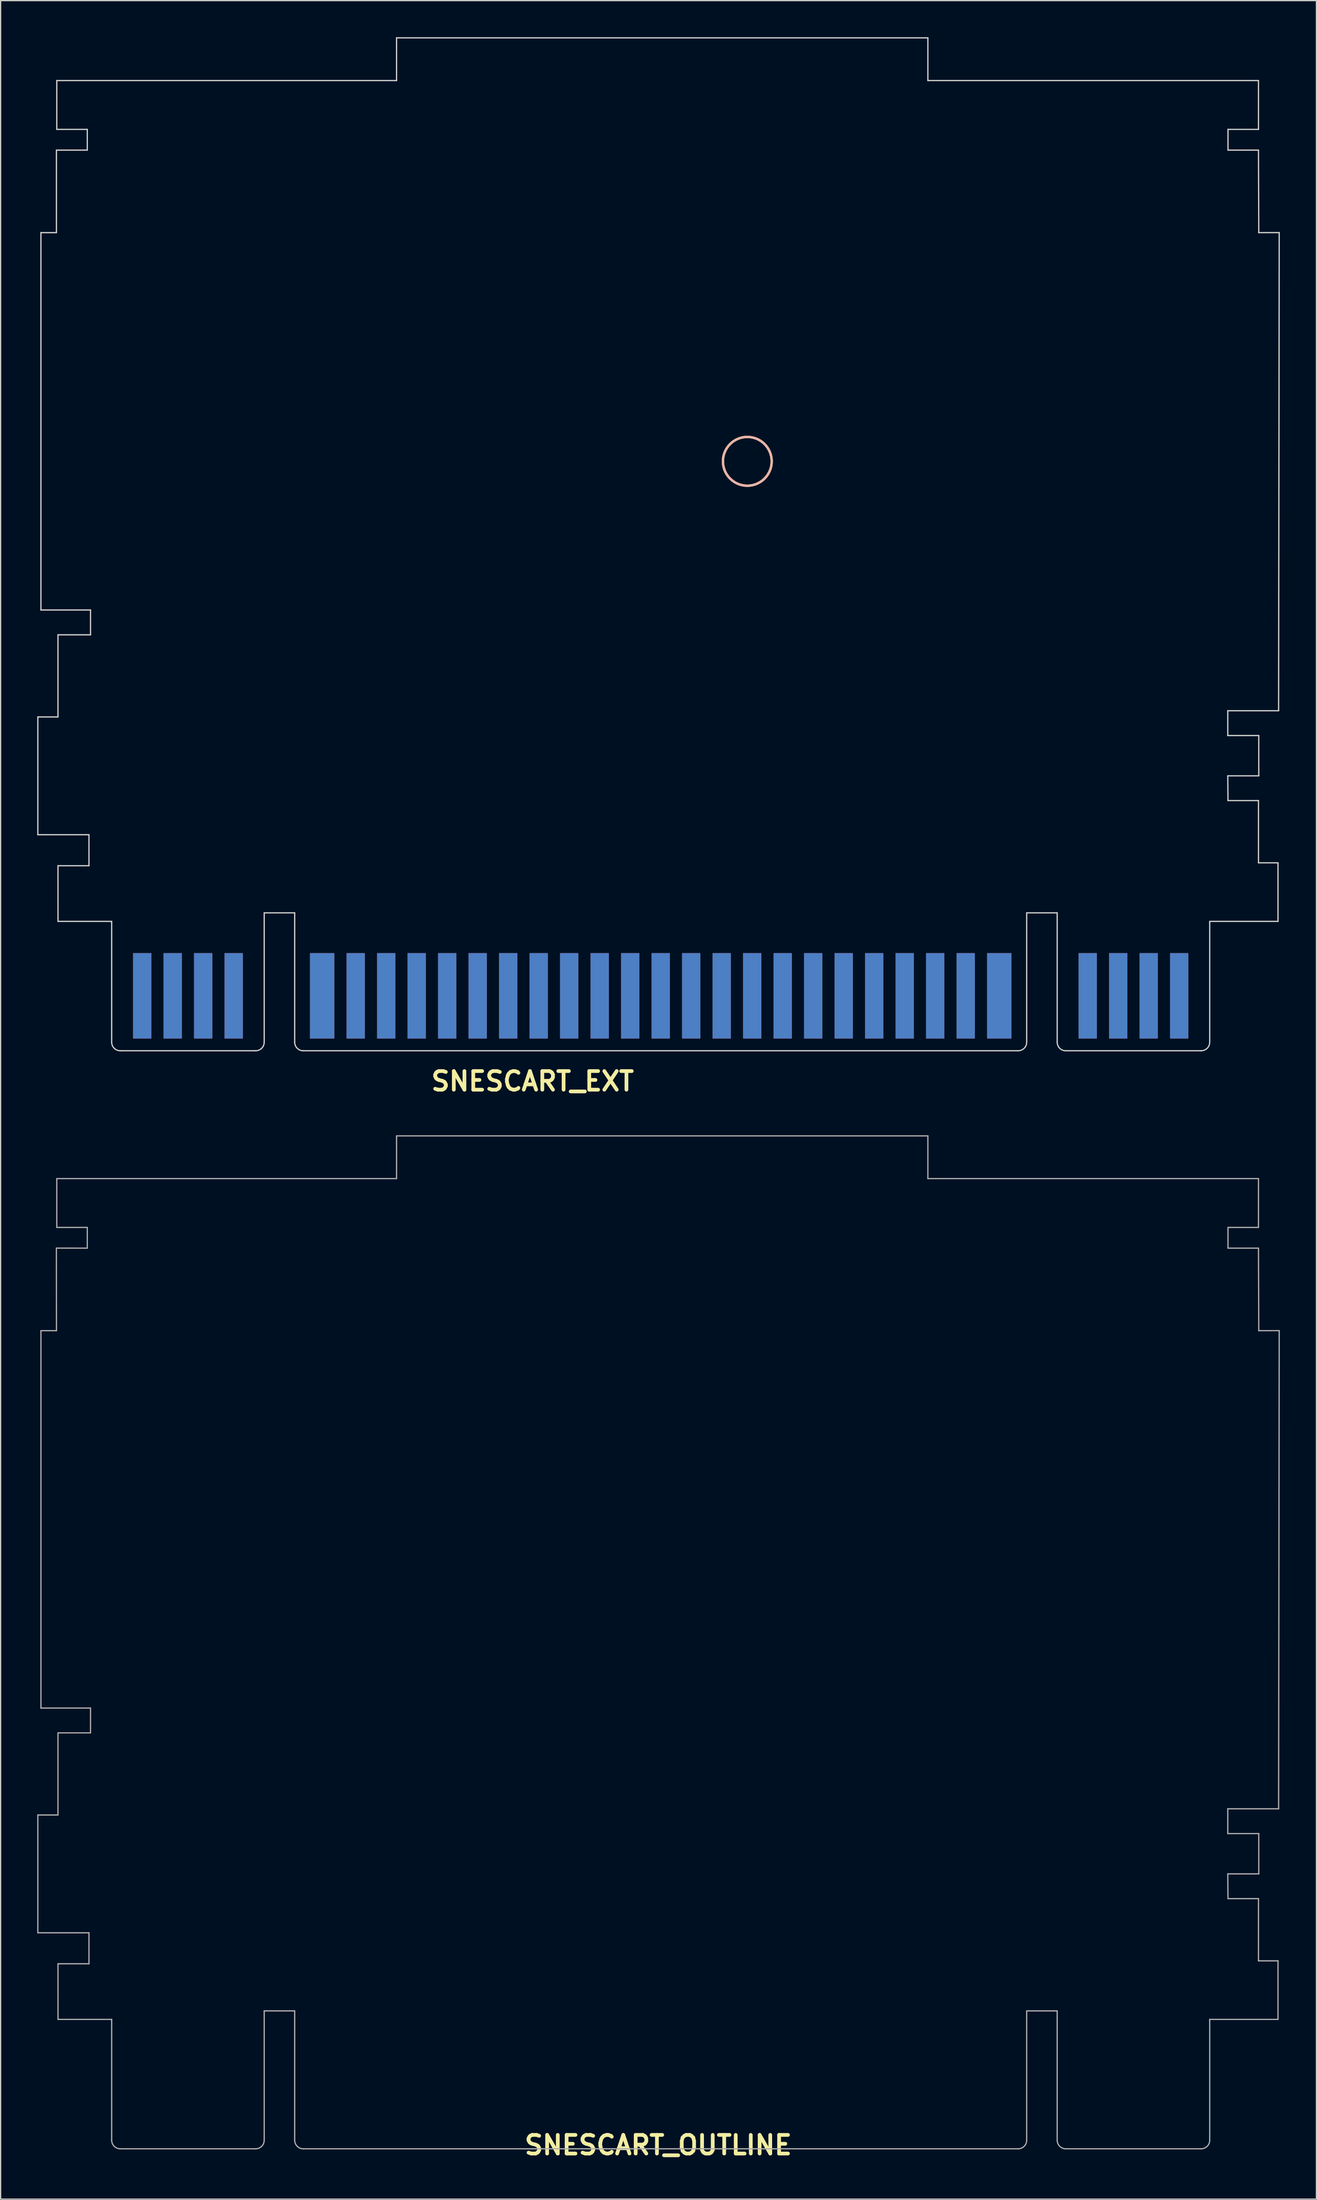
<source format=kicad_pcb>
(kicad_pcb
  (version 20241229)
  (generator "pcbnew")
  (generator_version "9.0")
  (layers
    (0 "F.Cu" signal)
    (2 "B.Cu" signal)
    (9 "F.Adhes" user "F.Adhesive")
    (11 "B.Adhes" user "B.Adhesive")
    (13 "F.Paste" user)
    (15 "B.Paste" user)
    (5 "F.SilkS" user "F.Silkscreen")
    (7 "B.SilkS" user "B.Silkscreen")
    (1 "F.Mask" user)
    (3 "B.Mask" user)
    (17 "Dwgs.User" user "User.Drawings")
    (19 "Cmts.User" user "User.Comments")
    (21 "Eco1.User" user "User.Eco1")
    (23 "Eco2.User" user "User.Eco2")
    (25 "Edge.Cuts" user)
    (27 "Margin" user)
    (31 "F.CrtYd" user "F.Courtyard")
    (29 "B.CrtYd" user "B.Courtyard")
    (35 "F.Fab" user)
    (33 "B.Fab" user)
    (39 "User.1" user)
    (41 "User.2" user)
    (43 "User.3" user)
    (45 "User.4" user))
  (footprint "SNESCART_EXT"
    (layer "F.Cu")
    (at 51.105 78.052)
    (property "Reference" "SNESCART_EXT" (at -10.5 7.501 0) (layer "F.SilkS") (effects (font (size 1.524 1.524) (thickness 0.305))))
    (attr through_hole)
    (fp_circle (center 7.099 -43.299) (end 9.098 -43.299) (stroke (width 0.191) (type solid)) (fill no) (layer "F.SilkS"))
    (fp_circle (center 7.102 -43.299) (end 9.101 -43.299) (stroke (width 0.191) (type solid)) (fill no) (layer "B.SilkS"))
    (fp_line (start -51.054 -22.352) (end -49.403 -22.352) (stroke (width 0.102) (type solid)) (layer "Edge.Cuts"))
    (fp_line (start -51.054 -12.7) (end -51.054 -22.352) (stroke (width 0.102) (type solid)) (layer "Edge.Cuts"))
    (fp_line (start -51.054 -12.7) (end -46.863 -12.7) (stroke (width 0.102) (type solid)) (layer "Edge.Cuts"))
    (fp_line (start -50.8 -62.039) (end -50.8 -31.115) (stroke (width 0.102) (type solid)) (layer "Edge.Cuts"))
    (fp_line (start -50.8 -31.115) (end -46.736 -31.115) (stroke (width 0.102) (type solid)) (layer "Edge.Cuts"))
    (fp_line (start -49.53 -68.801) (end -49.53 -62.039) (stroke (width 0.102) (type solid)) (layer "Edge.Cuts"))
    (fp_line (start -49.53 -62.039) (end -50.8 -62.039) (stroke (width 0.102) (type solid)) (layer "Edge.Cuts"))
    (fp_line (start -49.5 -74.501) (end -49.5 -70.5) (stroke (width 0.102) (type solid)) (layer "Edge.Cuts"))
    (fp_line (start -49.5 -74.501) (end -21.651 -74.501) (stroke (width 0.102) (type solid)) (layer "Edge.Cuts"))
    (fp_line (start -49.5 -70.5) (end -47 -70.5) (stroke (width 0.102) (type solid)) (layer "Edge.Cuts"))
    (fp_line (start -49.403 -22.352) (end -49.403 -29.083) (stroke (width 0.102) (type solid)) (layer "Edge.Cuts"))
    (fp_line (start -49.403 -10.16) (end -49.4 -5.601) (stroke (width 0.102) (type solid)) (layer "Edge.Cuts"))
    (fp_line (start -49.4 -5.601) (end -45.001 -5.601) (stroke (width 0.102) (type solid)) (layer "Edge.Cuts"))
    (fp_line (start -47 -70.5) (end -47 -68.801) (stroke (width 0.102) (type solid)) (layer "Edge.Cuts"))
    (fp_line (start -47 -68.801) (end -49.53 -68.801) (stroke (width 0.102) (type solid)) (layer "Edge.Cuts"))
    (fp_line (start -46.863 -12.7) (end -46.863 -10.16) (stroke (width 0.102) (type solid)) (layer "Edge.Cuts"))
    (fp_line (start -46.863 -10.16) (end -49.4 -10.16) (stroke (width 0.102) (type solid)) (layer "Edge.Cuts"))
    (fp_line (start -46.736 -29.083) (end -49.403 -29.083) (stroke (width 0.102) (type solid)) (layer "Edge.Cuts"))
    (fp_line (start -46.736 -29.083) (end -46.736 -31.115) (stroke (width 0.102) (type solid)) (layer "Edge.Cuts"))
    (fp_line (start -45.001 -5.601) (end -45.001 -5.499) (stroke (width 0.102) (type solid)) (layer "Edge.Cuts"))
    (fp_line (start -45.001 4.3) (end -45.001 -5.499) (stroke (width 0.102) (type solid)) (layer "Edge.Cuts"))
    (fp_line (start -33.2 5.001) (end -44.3 5.001) (stroke (width 0.102) (type solid)) (layer "Edge.Cuts"))
    (fp_line (start -32.499 -6.299) (end -32.499 4.3) (stroke (width 0.102) (type solid)) (layer "Edge.Cuts"))
    (fp_line (start -30 -6.299) (end -32.499 -6.299) (stroke (width 0.102) (type solid)) (layer "Edge.Cuts"))
    (fp_line (start -30 4.3) (end -30 -6.299) (stroke (width 0.102) (type solid)) (layer "Edge.Cuts"))
    (fp_line (start -29.299 5.001) (end 29.299 5.001) (stroke (width 0.102) (type solid)) (layer "Edge.Cuts"))
    (fp_line (start -21.651 -78.001) (end -21.651 -74.501) (stroke (width 0.102) (type solid)) (layer "Edge.Cuts"))
    (fp_line (start -21.651 -78.001) (end 21.9 -78.001) (stroke (width 0.102) (type solid)) (layer "Edge.Cuts"))
    (fp_line (start 21.9 -74.501) (end 21.9 -78.001) (stroke (width 0.102) (type solid)) (layer "Edge.Cuts"))
    (fp_line (start 21.9 -74.501) (end 48.999 -74.501) (stroke (width 0.102) (type solid)) (layer "Edge.Cuts"))
    (fp_line (start 30 -6.299) (end 32.499 -6.299) (stroke (width 0.102) (type solid)) (layer "Edge.Cuts"))
    (fp_line (start 30 4.3) (end 30 -6.299) (stroke (width 0.102) (type solid)) (layer "Edge.Cuts"))
    (fp_line (start 32.499 -6.299) (end 32.499 4.3) (stroke (width 0.102) (type solid)) (layer "Edge.Cuts"))
    (fp_line (start 33.2 5.001) (end 44.3 5.001) (stroke (width 0.102) (type solid)) (layer "Edge.Cuts"))
    (fp_line (start 45.001 -5.601) (end 50.599 -5.601) (stroke (width 0.102) (type solid)) (layer "Edge.Cuts"))
    (fp_line (start 45.001 -5.499) (end 45.001 -5.601) (stroke (width 0.102) (type solid)) (layer "Edge.Cuts"))
    (fp_line (start 45.001 4.3) (end 45.001 -5.499) (stroke (width 0.102) (type solid)) (layer "Edge.Cuts"))
    (fp_line (start 46.482 -22.86) (end 50.648 -22.86) (stroke (width 0.102) (type solid)) (layer "Edge.Cuts"))
    (fp_line (start 46.482 -20.828) (end 46.482 -22.86) (stroke (width 0.102) (type solid)) (layer "Edge.Cuts"))
    (fp_line (start 46.482 -20.828) (end 49.022 -20.828) (stroke (width 0.102) (type solid)) (layer "Edge.Cuts"))
    (fp_line (start 46.482 -17.526) (end 49.022 -17.526) (stroke (width 0.102) (type solid)) (layer "Edge.Cuts"))
    (fp_line (start 46.5 -70.5) (end 48.999 -70.5) (stroke (width 0.102) (type solid)) (layer "Edge.Cuts"))
    (fp_line (start 46.5 -68.801) (end 46.5 -70.5) (stroke (width 0.102) (type solid)) (layer "Edge.Cuts"))
    (fp_line (start 46.5 -15.499) (end 46.482 -17.526) (stroke (width 0.102) (type solid)) (layer "Edge.Cuts"))
    (fp_line (start 48.999 -70.5) (end 48.999 -74.501) (stroke (width 0.102) (type solid)) (layer "Edge.Cuts"))
    (fp_line (start 48.999 -68.801) (end 46.5 -68.801) (stroke (width 0.102) (type solid)) (layer "Edge.Cuts"))
    (fp_line (start 48.999 -15.499) (end 46.5 -15.499) (stroke (width 0.102) (type solid)) (layer "Edge.Cuts"))
    (fp_line (start 48.999 -10.399) (end 48.999 -15.499) (stroke (width 0.102) (type solid)) (layer "Edge.Cuts"))
    (fp_line (start 49.022 -62.039) (end 48.999 -68.801) (stroke (width 0.102) (type solid)) (layer "Edge.Cuts"))
    (fp_line (start 49.022 -17.526) (end 49.022 -20.828) (stroke (width 0.102) (type solid)) (layer "Edge.Cuts"))
    (fp_line (start 50.599 -10.399) (end 48.999 -10.399) (stroke (width 0.102) (type solid)) (layer "Edge.Cuts"))
    (fp_line (start 50.599 -5.601) (end 50.599 -10.399) (stroke (width 0.102) (type solid)) (layer "Edge.Cuts"))
    (fp_line (start 50.648 -22.86) (end 50.698 -62.042) (stroke (width 0.102) (type solid)) (layer "Edge.Cuts"))
    (fp_line (start 50.698 -62.042) (end 49.022 -62.039) (stroke (width 0.102) (type solid)) (layer "Edge.Cuts"))
    (fp_arc (start -44.30014 5.00126) (mid -44.79585 4.79593) (end -45.00118 4.30022) (stroke (width 0.09906) (type solid)) (layer "Edge.Cuts"))
    (fp_arc (start -32.4993 4.30022) (mid -32.70463 4.79593) (end -33.20034 5.00126) (stroke (width 0.09906) (type solid)) (layer "Edge.Cuts"))
    (fp_arc (start -29.2989 5.00126) (mid -29.79461 4.79593) (end -29.99994 4.30022) (stroke (width 0.09906) (type solid)) (layer "Edge.Cuts"))
    (fp_arc (start 29.99994 4.30022) (mid 29.79461 4.79593) (end 29.2989 5.00126) (stroke (width 0.09906) (type solid)) (layer "Edge.Cuts"))
    (fp_arc (start 33.20034 5.00126) (mid 32.70463 4.79593) (end 32.4993 4.30022) (stroke (width 0.09906) (type solid)) (layer "Edge.Cuts"))
    (fp_arc (start 45.00118 4.30022) (mid 44.79585 4.79593) (end 44.30014 5.00126) (stroke (width 0.09906) (type solid)) (layer "Edge.Cuts"))
    (pad "" connect rect (at -38.75 1.001) (size 12.499 8.001) (layers "*.Mask"))
    (pad "" connect rect (at -27.8 -9.7) (size 5.999 5.001) (layers "B.Mask"))
    (pad "" connect rect (at 0 1.001) (size 60 8.001) (layers "*.Mask"))
    (pad "" connect rect (at 36.401 -9.601) (size 5.799 5.999) (layers "B.Mask"))
    (pad "" connect rect (at 38.75 1.001) (size 12.499 8.001) (layers "*.Mask"))
    (pad "1" connect rect (at -42.499 0.5) (size 1.501 7) (layers "F.Cu"))
    (pad "2" connect rect (at -40 0.5) (size 1.501 7) (layers "F.Cu"))
    (pad "3" connect rect (at -37.501 0.5) (size 1.501 7) (layers "F.Cu"))
    (pad "4" connect rect (at -35.001 0.5) (size 1.501 7) (layers "F.Cu"))
    (pad "5" connect rect (at -27.75 0.5) (size 1.999 7) (layers "F.Cu"))
    (pad "6" connect rect (at -25.001 0.5) (size 1.501 7) (layers "F.Cu"))
    (pad "7" connect rect (at -22.499 0.5) (size 1.501 7) (layers "F.Cu"))
    (pad "8" connect rect (at -20 0.5) (size 1.501 7) (layers "F.Cu"))
    (pad "9" connect rect (at -17.501 0.5) (size 1.501 7) (layers "F.Cu"))
    (pad "10" connect rect (at -15.001 0.5) (size 1.501 7) (layers "F.Cu"))
    (pad "11" connect rect (at -12.499 0.5) (size 1.501 7) (layers "F.Cu"))
    (pad "12" connect rect (at -10 0.5) (size 1.501 7) (layers "F.Cu"))
    (pad "13" connect rect (at -7.501 0.5) (size 1.501 7) (layers "F.Cu"))
    (pad "14" connect rect (at -5.001 0.5) (size 1.501 7) (layers "F.Cu"))
    (pad "15" connect rect (at -2.499 0.5) (size 1.501 7) (layers "F.Cu"))
    (pad "16" connect rect (at 0 0.5) (size 1.501 7) (layers "F.Cu"))
    (pad "17" connect rect (at 2.499 0.5) (size 1.501 7) (layers "F.Cu"))
    (pad "18" connect rect (at 5.001 0.5) (size 1.501 7) (layers "F.Cu"))
    (pad "19" connect rect (at 7.501 0.5) (size 1.501 7) (layers "F.Cu"))
    (pad "20" connect rect (at 10 0.5) (size 1.501 7) (layers "F.Cu"))
    (pad "21" connect rect (at 12.499 0.5) (size 1.501 7) (layers "F.Cu"))
    (pad "22" connect rect (at 15.001 0.5) (size 1.501 7) (layers "F.Cu"))
    (pad "23" connect rect (at 17.501 0.5) (size 1.501 7) (layers "F.Cu"))
    (pad "24" connect rect (at 20 0.5) (size 1.501 7) (layers "F.Cu"))
    (pad "25" connect rect (at 22.499 0.5) (size 1.501 7) (layers "F.Cu"))
    (pad "26" connect rect (at 25.001 0.5) (size 1.501 7) (layers "F.Cu"))
    (pad "27" connect rect (at 27.75 0.5) (size 1.999 7) (layers "F.Cu"))
    (pad "28" connect rect (at 35.001 0.5) (size 1.501 7) (layers "F.Cu"))
    (pad "29" connect rect (at 37.501 0.5) (size 1.501 7) (layers "F.Cu"))
    (pad "30" connect rect (at 40 0.5) (size 1.501 7) (layers "F.Cu"))
    (pad "31" connect rect (at 42.499 0.5) (size 1.501 7) (layers "F.Cu"))
    (pad "32" connect rect (at -42.499 0.5) (size 1.501 7) (layers "B.Cu"))
    (pad "33" connect rect (at -40 0.5) (size 1.501 7) (layers "B.Cu"))
    (pad "34" connect rect (at -37.501 0.5) (size 1.501 7) (layers "B.Cu"))
    (pad "35" connect rect (at -35.001 0.5) (size 1.501 7) (layers "B.Cu"))
    (pad "36" connect rect (at -27.75 0.5) (size 1.999 7) (layers "B.Cu"))
    (pad "37" connect rect (at -25.001 0.5) (size 1.501 7) (layers "B.Cu"))
    (pad "38" connect rect (at -22.499 0.5) (size 1.501 7) (layers "B.Cu"))
    (pad "39" connect rect (at -20 0.5) (size 1.501 7) (layers "B.Cu"))
    (pad "40" connect rect (at -17.501 0.5) (size 1.501 7) (layers "B.Cu"))
    (pad "41" connect rect (at -15.001 0.5) (size 1.501 7) (layers "B.Cu"))
    (pad "42" connect rect (at -12.499 0.5) (size 1.501 7) (layers "B.Cu"))
    (pad "43" connect rect (at -10 0.5) (size 1.501 7) (layers "B.Cu"))
    (pad "44" connect rect (at -7.501 0.5) (size 1.501 7) (layers "B.Cu"))
    (pad "45" connect rect (at -5.001 0.5) (size 1.501 7) (layers "B.Cu"))
    (pad "46" connect rect (at -2.499 0.5) (size 1.501 7) (layers "B.Cu"))
    (pad "47" connect rect (at 0 0.5) (size 1.501 7) (layers "B.Cu"))
    (pad "48" connect rect (at 2.499 0.5) (size 1.501 7) (layers "B.Cu"))
    (pad "49" connect rect (at 5.001 0.5) (size 1.501 7) (layers "B.Cu"))
    (pad "50" connect rect (at 7.501 0.5) (size 1.501 7) (layers "B.Cu"))
    (pad "51" connect rect (at 10 0.5) (size 1.501 7) (layers "B.Cu"))
    (pad "52" connect rect (at 12.499 0.5) (size 1.501 7) (layers "B.Cu"))
    (pad "53" connect rect (at 15.001 0.5) (size 1.501 7) (layers "B.Cu"))
    (pad "54" connect rect (at 17.501 0.5) (size 1.501 7) (layers "B.Cu"))
    (pad "55" connect rect (at 20 0.5) (size 1.501 7) (layers "B.Cu"))
    (pad "56" connect rect (at 22.499 0.5) (size 1.501 7) (layers "B.Cu"))
    (pad "57" connect rect (at 25.001 0.5) (size 1.501 7) (layers "B.Cu"))
    (pad "58" connect rect (at 27.75 0.5) (size 1.999 7) (layers "B.Cu"))
    (pad "59" connect rect (at 35.001 0.5) (size 1.501 7) (layers "B.Cu"))
    (pad "60" connect rect (at 37.501 0.5) (size 1.501 7) (layers "B.Cu"))
    (pad "61" connect rect (at 40 0.5) (size 1.501 7) (layers "B.Cu"))
    (pad "62" connect rect (at 42.499 0.5) (size 1.501 7) (layers "B.Cu")))
  (footprint "SNESCART_OUTLINE"
    (layer "F.Cu")
    (at 51.105 168.03)
    (property "Reference" "SNESCART_OUTLINE" (at -0.2 4.7 0) (layer "F.SilkS") (effects (font (size 1.524 1.524) (thickness 0.305))))
    (attr through_hole)
    (fp_line (start -51.054 -22.352) (end -49.403 -22.352) (stroke (width 0.102) (type solid)) (layer "F.Fab"))
    (fp_line (start -51.054 -12.7) (end -51.054 -22.352) (stroke (width 0.102) (type solid)) (layer "F.Fab"))
    (fp_line (start -51.054 -12.7) (end -46.863 -12.7) (stroke (width 0.102) (type solid)) (layer "F.Fab"))
    (fp_line (start -50.8 -62.039) (end -50.8 -31.115) (stroke (width 0.102) (type solid)) (layer "F.Fab"))
    (fp_line (start -50.8 -31.115) (end -46.736 -31.115) (stroke (width 0.102) (type solid)) (layer "F.Fab"))
    (fp_line (start -49.533 -68.806) (end -49.527 -62.039) (stroke (width 0.102) (type solid)) (layer "F.Fab"))
    (fp_line (start -49.527 -62.039) (end -50.8 -62.039) (stroke (width 0.102) (type solid)) (layer "F.Fab"))
    (fp_line (start -49.5 -74.501) (end -49.5 -70.5) (stroke (width 0.102) (type solid)) (layer "F.Fab"))
    (fp_line (start -49.5 -74.501) (end -21.651 -74.501) (stroke (width 0.102) (type solid)) (layer "F.Fab"))
    (fp_line (start -49.5 -70.5) (end -47 -70.5) (stroke (width 0.102) (type solid)) (layer "F.Fab"))
    (fp_line (start -49.403 -22.352) (end -49.403 -29.083) (stroke (width 0.102) (type solid)) (layer "F.Fab"))
    (fp_line (start -49.403 -10.16) (end -49.4 -5.601) (stroke (width 0.102) (type solid)) (layer "F.Fab"))
    (fp_line (start -49.4 -5.601) (end -45.001 -5.601) (stroke (width 0.102) (type solid)) (layer "F.Fab"))
    (fp_line (start -47 -70.5) (end -47 -68.801) (stroke (width 0.102) (type solid)) (layer "F.Fab"))
    (fp_line (start -47 -68.801) (end -49.53 -68.804) (stroke (width 0.102) (type solid)) (layer "F.Fab"))
    (fp_line (start -46.863 -12.7) (end -46.863 -10.16) (stroke (width 0.102) (type solid)) (layer "F.Fab"))
    (fp_line (start -46.863 -10.16) (end -49.4 -10.16) (stroke (width 0.102) (type solid)) (layer "F.Fab"))
    (fp_line (start -46.736 -29.083) (end -49.403 -29.083) (stroke (width 0.102) (type solid)) (layer "F.Fab"))
    (fp_line (start -46.736 -29.083) (end -46.736 -31.115) (stroke (width 0.102) (type solid)) (layer "F.Fab"))
    (fp_line (start -45.001 -5.601) (end -45.001 -5.499) (stroke (width 0.102) (type solid)) (layer "F.Fab"))
    (fp_line (start -45.001 4.3) (end -45.001 -5.499) (stroke (width 0.102) (type solid)) (layer "F.Fab"))
    (fp_line (start -33.2 5.001) (end -44.3 5.001) (stroke (width 0.102) (type solid)) (layer "F.Fab"))
    (fp_line (start -32.499 -6.299) (end -32.499 4.3) (stroke (width 0.102) (type solid)) (layer "F.Fab"))
    (fp_line (start -30 -6.299) (end -32.499 -6.299) (stroke (width 0.102) (type solid)) (layer "F.Fab"))
    (fp_line (start -30 4.3) (end -30 -6.299) (stroke (width 0.102) (type solid)) (layer "F.Fab"))
    (fp_line (start -29.299 5.001) (end 29.299 5.001) (stroke (width 0.102) (type solid)) (layer "F.Fab"))
    (fp_line (start -21.651 -78.001) (end -21.651 -74.501) (stroke (width 0.102) (type solid)) (layer "F.Fab"))
    (fp_line (start -21.651 -78.001) (end 21.9 -78.001) (stroke (width 0.102) (type solid)) (layer "F.Fab"))
    (fp_line (start 21.9 -74.501) (end 21.9 -78.001) (stroke (width 0.102) (type solid)) (layer "F.Fab"))
    (fp_line (start 21.9 -74.501) (end 48.999 -74.501) (stroke (width 0.102) (type solid)) (layer "F.Fab"))
    (fp_line (start 30 -6.299) (end 32.499 -6.299) (stroke (width 0.102) (type solid)) (layer "F.Fab"))
    (fp_line (start 30 4.3) (end 30 -6.299) (stroke (width 0.102) (type solid)) (layer "F.Fab"))
    (fp_line (start 32.499 -6.299) (end 32.499 4.3) (stroke (width 0.102) (type solid)) (layer "F.Fab"))
    (fp_line (start 33.2 5.001) (end 44.3 5.001) (stroke (width 0.102) (type solid)) (layer "F.Fab"))
    (fp_line (start 45.001 -5.601) (end 50.599 -5.601) (stroke (width 0.102) (type solid)) (layer "F.Fab"))
    (fp_line (start 45.001 -5.499) (end 45.001 -5.601) (stroke (width 0.102) (type solid)) (layer "F.Fab"))
    (fp_line (start 45.001 4.3) (end 45.001 -5.499) (stroke (width 0.102) (type solid)) (layer "F.Fab"))
    (fp_line (start 46.482 -22.86) (end 50.648 -22.86) (stroke (width 0.102) (type solid)) (layer "F.Fab"))
    (fp_line (start 46.482 -20.828) (end 46.482 -22.86) (stroke (width 0.102) (type solid)) (layer "F.Fab"))
    (fp_line (start 46.482 -20.828) (end 49.022 -20.828) (stroke (width 0.102) (type solid)) (layer "F.Fab"))
    (fp_line (start 46.482 -17.526) (end 49.022 -17.526) (stroke (width 0.102) (type solid)) (layer "F.Fab"))
    (fp_line (start 46.5 -70.5) (end 48.999 -70.5) (stroke (width 0.102) (type solid)) (layer "F.Fab"))
    (fp_line (start 46.5 -68.801) (end 46.5 -70.5) (stroke (width 0.102) (type solid)) (layer "F.Fab"))
    (fp_line (start 46.5 -15.499) (end 46.482 -17.526) (stroke (width 0.102) (type solid)) (layer "F.Fab"))
    (fp_line (start 48.999 -70.5) (end 48.999 -74.501) (stroke (width 0.102) (type solid)) (layer "F.Fab"))
    (fp_line (start 48.999 -68.801) (end 46.5 -68.801) (stroke (width 0.102) (type solid)) (layer "F.Fab"))
    (fp_line (start 48.999 -15.499) (end 46.5 -15.499) (stroke (width 0.102) (type solid)) (layer "F.Fab"))
    (fp_line (start 48.999 -10.399) (end 48.999 -15.499) (stroke (width 0.102) (type solid)) (layer "F.Fab"))
    (fp_line (start 49.022 -62.039) (end 48.999 -68.801) (stroke (width 0.102) (type solid)) (layer "F.Fab"))
    (fp_line (start 49.022 -17.526) (end 49.022 -20.828) (stroke (width 0.102) (type solid)) (layer "F.Fab"))
    (fp_line (start 50.599 -10.399) (end 48.999 -10.399) (stroke (width 0.102) (type solid)) (layer "F.Fab"))
    (fp_line (start 50.599 -5.601) (end 50.599 -10.399) (stroke (width 0.102) (type solid)) (layer "F.Fab"))
    (fp_line (start 50.648 -22.86) (end 50.698 -62.042) (stroke (width 0.102) (type solid)) (layer "F.Fab"))
    (fp_line (start 50.698 -62.042) (end 49.022 -62.039) (stroke (width 0.102) (type solid)) (layer "F.Fab"))
    (fp_arc (start -44.30014 5.00126) (mid -44.79585 4.79593) (end -45.00118 4.30022) (stroke (width 0.09906) (type solid)) (layer "F.Fab"))
    (fp_arc (start -32.4993 4.30022) (mid -32.70463 4.79593) (end -33.20034 5.00126) (stroke (width 0.09906) (type solid)) (layer "F.Fab"))
    (fp_arc (start -29.2989 5.00126) (mid -29.79461 4.79593) (end -29.99994 4.30022) (stroke (width 0.09906) (type solid)) (layer "F.Fab"))
    (fp_arc (start 29.99994 4.30022) (mid 29.79461 4.79593) (end 29.2989 5.00126) (stroke (width 0.09906) (type solid)) (layer "F.Fab"))
    (fp_arc (start 33.20034 5.00126) (mid 32.70463 4.79593) (end 32.4993 4.30022) (stroke (width 0.09906) (type solid)) (layer "F.Fab"))
    (fp_arc (start 45.00118 4.30022) (mid 44.79585 4.79593) (end 44.30014 5.00126) (stroke (width 0.09906) (type solid)) (layer "F.Fab")))
  (gr_rect
    (start -3 -3)
    (end 104.854 177.157)
    (stroke (width 0.1) (type default))
    (fill no)
    (layer "Edge.Cuts")))
</source>
